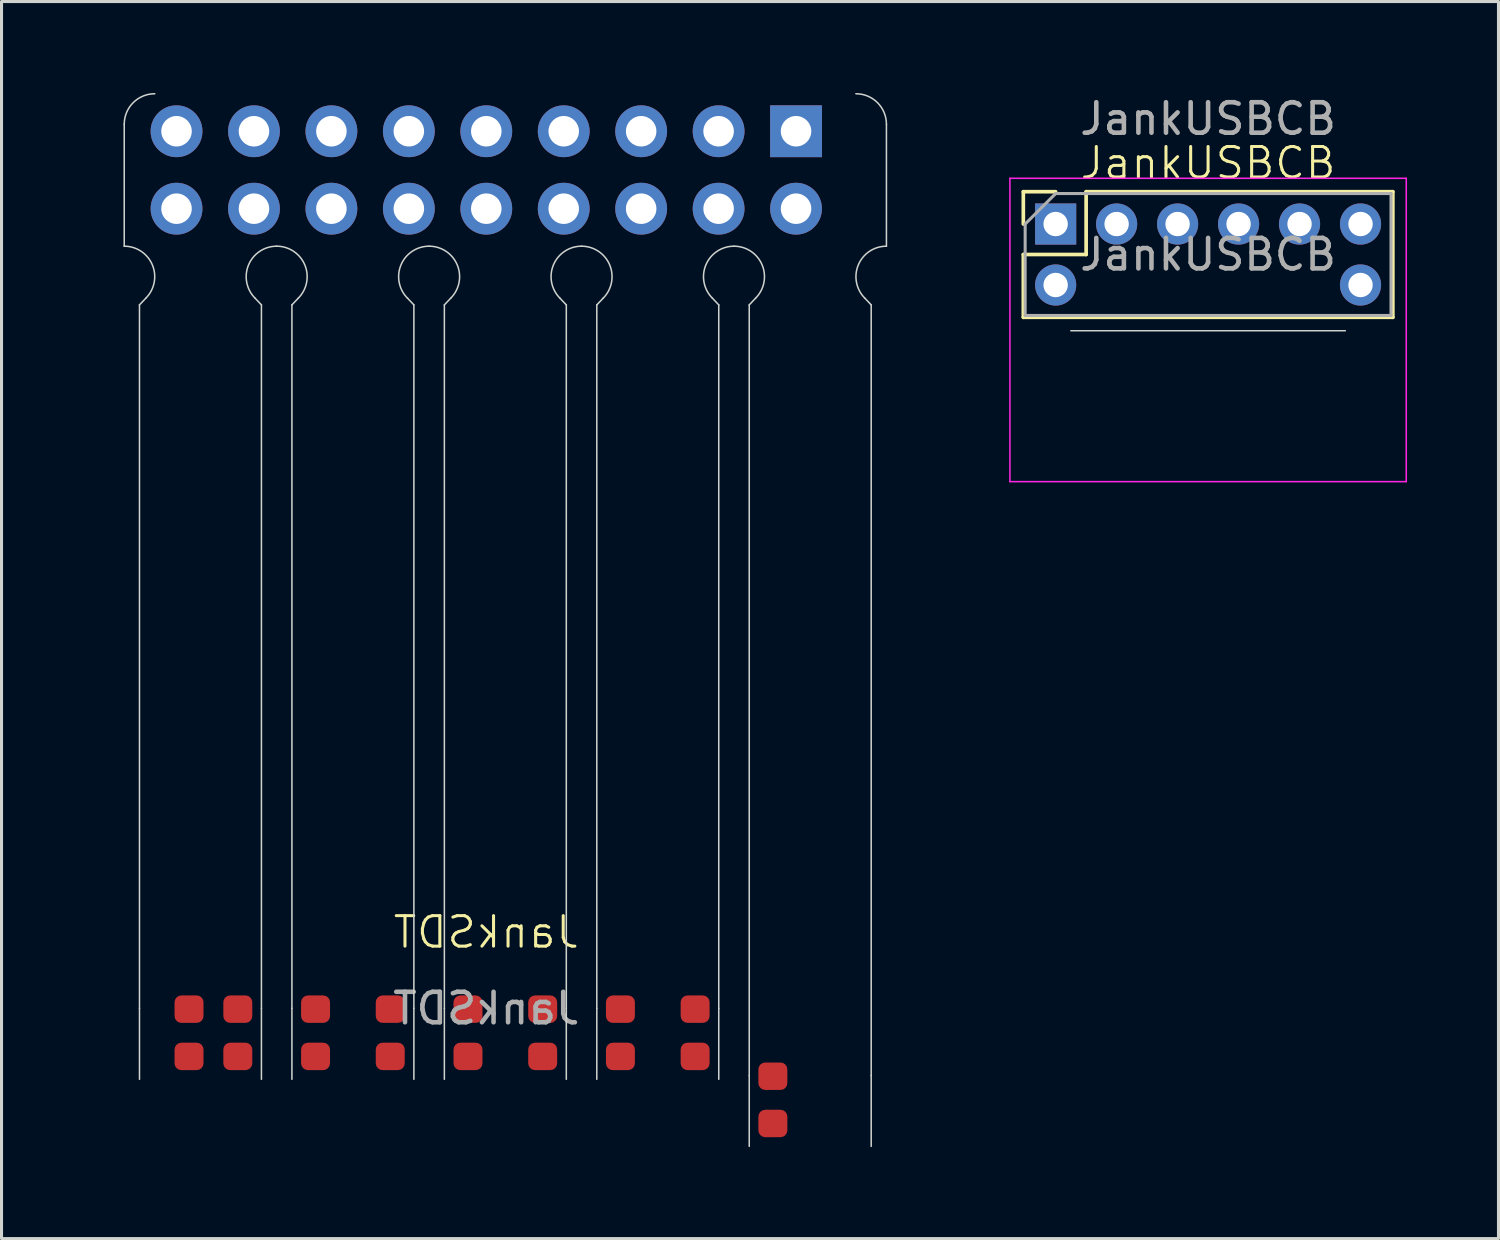
<source format=kicad_pcb>
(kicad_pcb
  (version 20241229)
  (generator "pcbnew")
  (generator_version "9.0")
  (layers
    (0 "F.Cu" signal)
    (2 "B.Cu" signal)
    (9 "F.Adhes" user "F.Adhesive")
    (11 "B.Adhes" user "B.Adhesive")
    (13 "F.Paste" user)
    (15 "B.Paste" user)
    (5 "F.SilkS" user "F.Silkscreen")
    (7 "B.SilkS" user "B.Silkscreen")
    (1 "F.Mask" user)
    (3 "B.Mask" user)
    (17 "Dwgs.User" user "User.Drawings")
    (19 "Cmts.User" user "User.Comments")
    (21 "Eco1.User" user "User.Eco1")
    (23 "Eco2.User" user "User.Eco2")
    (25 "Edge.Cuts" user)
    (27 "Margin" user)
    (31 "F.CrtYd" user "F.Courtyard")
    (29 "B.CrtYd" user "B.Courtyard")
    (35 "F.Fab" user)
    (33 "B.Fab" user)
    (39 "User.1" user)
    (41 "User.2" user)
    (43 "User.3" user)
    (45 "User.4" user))
  (footprint "JankSDT"
    (layer "F.Cu")
    (at 12.9 27.525)
    (property "Reference" "JankSDT" (at 0 0 0) (unlocked yes) (layer "F.SilkS") (effects (font (size 1 1) (thickness 0.1)) (justify mirror)))
    (attr smd)
    (fp_line (start -11.875 -26.5) (end -11.875 -22.5) (stroke (width 0.05) (type default)) (layer "Edge.Cuts"))
    (fp_line (start -11.375 -20.575) (end -11.168 -20.793) (stroke (width 0.05) (type default)) (layer "Edge.Cuts"))
    (fp_line (start -11.375 2.5) (end -11.375 -20.575) (stroke (width 0.05) (type default)) (layer "Edge.Cuts"))
    (fp_line (start -11.375 2.5) (end -11.375 4.825) (stroke (width 0.05) (type default)) (layer "Edge.Cuts"))
    (fp_line (start -7.582 -20.793) (end -7.375 -20.575) (stroke (width 0.05) (type default)) (layer "Edge.Cuts"))
    (fp_line (start -7.375 -20.575) (end -7.375 2.5) (stroke (width 0.05) (type default)) (layer "Edge.Cuts"))
    (fp_line (start -7.375 2.5) (end -7.375 4.825) (stroke (width 0.05) (type default)) (layer "Edge.Cuts"))
    (fp_line (start -6.375 -20.575) (end -6.168 -20.793) (stroke (width 0.05) (type default)) (layer "Edge.Cuts"))
    (fp_line (start -6.375 2.5) (end -6.375 -20.575) (stroke (width 0.05) (type default)) (layer "Edge.Cuts"))
    (fp_line (start -6.375 2.5) (end -6.375 4.825) (stroke (width 0.05) (type default)) (layer "Edge.Cuts"))
    (fp_line (start -2.582 -20.793) (end -2.375 -20.575) (stroke (width 0.05) (type default)) (layer "Edge.Cuts"))
    (fp_line (start -2.375 -20.575) (end -2.375 2.5) (stroke (width 0.05) (type default)) (layer "Edge.Cuts"))
    (fp_line (start -2.375 2.5) (end -2.375 4.825) (stroke (width 0.05) (type default)) (layer "Edge.Cuts"))
    (fp_line (start -1.375 -20.575) (end -1.168 -20.793) (stroke (width 0.05) (type default)) (layer "Edge.Cuts"))
    (fp_line (start -1.375 2.5) (end -1.375 -20.575) (stroke (width 0.05) (type default)) (layer "Edge.Cuts"))
    (fp_line (start -1.375 2.5) (end -1.375 4.825) (stroke (width 0.05) (type default)) (layer "Edge.Cuts"))
    (fp_line (start 2.418 -20.793) (end 2.625 -20.575) (stroke (width 0.05) (type default)) (layer "Edge.Cuts"))
    (fp_line (start 2.625 -20.575) (end 2.625 2.5) (stroke (width 0.05) (type default)) (layer "Edge.Cuts"))
    (fp_line (start 2.625 2.5) (end 2.625 4.825) (stroke (width 0.05) (type default)) (layer "Edge.Cuts"))
    (fp_line (start 3.625 -20.575) (end 3.832 -20.793) (stroke (width 0.05) (type default)) (layer "Edge.Cuts"))
    (fp_line (start 3.625 2.5) (end 3.625 -20.575) (stroke (width 0.05) (type default)) (layer "Edge.Cuts"))
    (fp_line (start 3.625 2.5) (end 3.625 4.825) (stroke (width 0.05) (type default)) (layer "Edge.Cuts"))
    (fp_line (start 7.418 -20.793) (end 7.625 -20.575) (stroke (width 0.05) (type default)) (layer "Edge.Cuts"))
    (fp_line (start 7.625 -20.575) (end 7.625 2.5) (stroke (width 0.05) (type default)) (layer "Edge.Cuts"))
    (fp_line (start 7.625 2.5) (end 7.625 4.825) (stroke (width 0.05) (type default)) (layer "Edge.Cuts"))
    (fp_line (start 8.625 -20.575) (end 8.832 -20.793) (stroke (width 0.05) (type default)) (layer "Edge.Cuts"))
    (fp_line (start 8.625 4.7) (end 8.625 -20.575) (stroke (width 0.05) (type default)) (layer "Edge.Cuts"))
    (fp_line (start 8.625 4.7) (end 8.625 7.025) (stroke (width 0.05) (type default)) (layer "Edge.Cuts"))
    (fp_line (start 12.418 -20.793) (end 12.625 -20.575) (stroke (width 0.05) (type default)) (layer "Edge.Cuts"))
    (fp_line (start 12.625 -20.575) (end 12.625 4.7) (stroke (width 0.05) (type default)) (layer "Edge.Cuts"))
    (fp_line (start 12.625 4.7) (end 12.625 7.025) (stroke (width 0.05) (type default)) (layer "Edge.Cuts"))
    (fp_line (start 13.125 -26.5) (end 13.125 -22.5) (stroke (width 0.05) (type default)) (layer "Edge.Cuts"))
    (fp_arc (start -11.875 -26.5) (mid -11.582107 -27.207107) (end -10.875 -27.5) (stroke (width 0.05) (type default)) (layer "Edge.Cuts"))
    (fp_arc (start -11.875 -22.5) (mid -10.95112 -21.882683) (end -11.167893 -20.792893) (stroke (width 0.05) (type default)) (layer "Edge.Cuts"))
    (fp_arc (start -7.582107 -20.792893) (mid -7.79888 -21.882684) (end -6.875 -22.5) (stroke (width 0.05) (type default)) (layer "Edge.Cuts"))
    (fp_arc (start -6.875 -22.5) (mid -5.95112 -21.882683) (end -6.167893 -20.792893) (stroke (width 0.05) (type default)) (layer "Edge.Cuts"))
    (fp_arc (start -2.582107 -20.792893) (mid -2.79888 -21.882684) (end -1.875 -22.5) (stroke (width 0.05) (type default)) (layer "Edge.Cuts"))
    (fp_arc (start -1.875 -22.5) (mid -0.95112 -21.882683) (end -1.167893 -20.792893) (stroke (width 0.05) (type default)) (layer "Edge.Cuts"))
    (fp_arc (start 2.417893 -20.792893) (mid 2.20112 -21.882684) (end 3.125 -22.5) (stroke (width 0.05) (type default)) (layer "Edge.Cuts"))
    (fp_arc (start 3.125 -22.5) (mid 4.04888 -21.882684) (end 3.832107 -20.792893) (stroke (width 0.05) (type default)) (layer "Edge.Cuts"))
    (fp_arc (start 7.417893 -20.792893) (mid 7.20112 -21.882684) (end 8.125 -22.5) (stroke (width 0.05) (type default)) (layer "Edge.Cuts"))
    (fp_arc (start 8.125 -22.5) (mid 9.04888 -21.882684) (end 8.832107 -20.792893) (stroke (width 0.05) (type default)) (layer "Edge.Cuts"))
    (fp_arc (start 12.125 -27.5) (mid 12.832107 -27.207107) (end 13.125 -26.5) (stroke (width 0.05) (type default)) (layer "Edge.Cuts"))
    (fp_arc (start 12.417893 -20.792893) (mid 12.20112 -21.882684) (end 13.125 -22.5) (stroke (width 0.05) (type default)) (layer "Edge.Cuts"))
    (fp_circle (center -9.75 3.3) (end -9.85 3.3) (stroke (width 0.1) (type solid)) (fill no) (layer "User.2"))
    (fp_circle (center -8.15 3.3) (end -8.25 3.3) (stroke (width 0.1) (type solid)) (fill no) (layer "User.2"))
    (fp_circle (center -5.6 3.3) (end -5.7 3.3) (stroke (width 0.1) (type solid)) (fill no) (layer "User.2"))
    (fp_circle (center -3.15 3.3) (end -3.25 3.3) (stroke (width 0.1) (type solid)) (fill no) (layer "User.2"))
    (fp_circle (center -0.6 3.3) (end -0.7 3.3) (stroke (width 0.1) (type solid)) (fill no) (layer "User.2"))
    (fp_circle (center 1.85 3.3) (end 1.75 3.3) (stroke (width 0.1) (type solid)) (fill no) (layer "User.2"))
    (fp_circle (center 4.4 3.3) (end 4.3 3.3) (stroke (width 0.1) (type solid)) (fill no) (layer "User.2"))
    (fp_circle (center 6.85 3.3) (end 6.75 3.3) (stroke (width 0.1) (type solid)) (fill no) (layer "User.2"))
    (fp_circle (center 9.4 5.5) (end 9.3 5.5) (stroke (width 0.1) (type solid)) (fill no) (layer "User.2"))
    (fp_line (start -12.582 -20.793) (end -12.375 -20.575) (stroke (width 0.05) (type default)) (layer "User.3"))
    (fp_line (start -11.875 -22.5) (end -12.375 -22.5) (stroke (width 0.05) (type default)) (layer "User.3"))
    (fp_line (start -11.375 -22.5) (end -11.875 -22.5) (stroke (width 0.05) (type default)) (layer "User.3"))
    (fp_line (start -11.375 -22.5) (end -11.375 2.5) (stroke (width 0.05) (type default)) (layer "User.3"))
    (fp_line (start -11.375 4.825) (end -7.375 4.825) (stroke (width 0.05) (type default)) (layer "User.3"))
    (fp_line (start -7.375 -22.5) (end -7.375 2.5) (stroke (width 0.05) (type default)) (layer "User.3"))
    (fp_line (start -6.875 -22.5) (end -7.375 -22.5) (stroke (width 0.05) (type default)) (layer "User.3"))
    (fp_line (start -6.375 -22.5) (end -6.875 -22.5) (stroke (width 0.05) (type default)) (layer "User.3"))
    (fp_line (start -6.375 -22.5) (end -6.375 2.5) (stroke (width 0.05) (type default)) (layer "User.3"))
    (fp_line (start -6.375 4.825) (end -2.375 4.825) (stroke (width 0.05) (type default)) (layer "User.3"))
    (fp_line (start -2.375 -22.5) (end -2.375 2.5) (stroke (width 0.05) (type default)) (layer "User.3"))
    (fp_line (start -1.875 -22.5) (end -2.375 -22.5) (stroke (width 0.05) (type default)) (layer "User.3"))
    (fp_line (start -1.375 -22.5) (end -1.875 -22.5) (stroke (width 0.05) (type default)) (layer "User.3"))
    (fp_line (start -1.375 -22.5) (end -1.375 2.5) (stroke (width 0.05) (type default)) (layer "User.3"))
    (fp_line (start -1.375 4.825) (end 2.625 4.825) (stroke (width 0.05) (type default)) (layer "User.3"))
    (fp_line (start -0.25 -0.25) (end 0 0) (stroke (width 0.1) (type default)) (layer "User.3"))
    (fp_line (start -0.25 0.25) (end 0 0) (stroke (width 0.1) (type default)) (layer "User.3"))
    (fp_line (start 0.25 -0.25) (end 0 0) (stroke (width 0.1) (type default)) (layer "User.3"))
    (fp_line (start 0.25 0.25) (end 0 0) (stroke (width 0.1) (type default)) (layer "User.3"))
    (fp_line (start 2.625 -22.5) (end 2.625 2.5) (stroke (width 0.05) (type default)) (layer "User.3"))
    (fp_line (start 3.125 -22.5) (end 2.625 -22.5) (stroke (width 0.05) (type default)) (layer "User.3"))
    (fp_line (start 3.625 -22.5) (end 3.125 -22.5) (stroke (width 0.05) (type default)) (layer "User.3"))
    (fp_line (start 3.625 -22.5) (end 3.625 2.5) (stroke (width 0.05) (type default)) (layer "User.3"))
    (fp_line (start 3.625 4.825) (end 7.625 4.825) (stroke (width 0.05) (type default)) (layer "User.3"))
    (fp_line (start 7.625 -22.5) (end 7.625 2.5) (stroke (width 0.05) (type default)) (layer "User.3"))
    (fp_line (start 8.125 -22.5) (end 7.625 -22.5) (stroke (width 0.05) (type default)) (layer "User.3"))
    (fp_line (start 8.625 -22.5) (end 8.125 -22.5) (stroke (width 0.05) (type default)) (layer "User.3"))
    (fp_line (start 8.625 -22.5) (end 8.625 4.7) (stroke (width 0.05) (type default)) (layer "User.3"))
    (fp_line (start 8.625 7.025) (end 12.625 7.025) (stroke (width 0.05) (type default)) (layer "User.3"))
    (fp_line (start 12.125 -27.5) (end -10.875 -27.5) (stroke (width 0.05) (type default)) (layer "User.3"))
    (fp_line (start 12.625 -22.5) (end 12.625 4.7) (stroke (width 0.05) (type default)) (layer "User.3"))
    (fp_line (start 13.125 -22.5) (end 12.625 -22.5) (stroke (width 0.05) (type default)) (layer "User.3"))
    (fp_line (start 13.625 -22.5) (end 13.125 -22.5) (stroke (width 0.05) (type default)) (layer "User.3"))
    (fp_line (start 13.625 -20.575) (end 13.832 -20.793) (stroke (width 0.05) (type default)) (layer "User.3"))
    (fp_arc (start -12.582107 -20.792893) (mid -12.79888 -21.882684) (end -11.875 -22.5) (stroke (width 0.05) (type default)) (layer "User.3"))
    (fp_arc (start 13.125 -22.5) (mid 14.048879 -21.882683) (end 13.832107 -20.792893) (stroke (width 0.05) (type default)) (layer "User.3"))
    (fp_text user "${REFERENCE}" (at 0 2.5 0) (unlocked yes) (layer "F.Fab") (effects (font (size 1 1) (thickness 0.15)) (justify mirror)))
    (pad "1" smd roundrect (at 6.85 2.525 90) (size 0.9 0.95) (layers "F.Cu" "F.Mask" "F.Paste") (roundrect_rratio 0.25))
    (pad "1" smd roundrect (at 6.85 4.075 90) (size 0.9 0.95) (layers "F.Cu" "F.Mask" "F.Paste") (roundrect_rratio 0.25))
    (pad "1" thru_hole oval (at 7.62 -26.27 270) (size 1.7 1.7) (drill 1) (layers "*.Cu" "*.Mask"))
    (pad "1" thru_hole oval (at 7.62 -23.73 270) (size 1.7 1.7) (drill 1) (layers "*.Cu" "*.Mask"))
    (pad "2" smd roundrect (at 4.4 2.525 90) (size 0.9 0.95) (layers "F.Cu" "F.Mask" "F.Paste") (roundrect_rratio 0.25))
    (pad "2" smd roundrect (at 4.4 4.075 90) (size 0.9 0.95) (layers "F.Cu" "F.Mask" "F.Paste") (roundrect_rratio 0.25))
    (pad "2" thru_hole oval (at 5.08 -26.27 270) (size 1.7 1.7) (drill 1) (layers "*.Cu" "*.Mask"))
    (pad "2" thru_hole oval (at 5.08 -23.73 270) (size 1.7 1.7) (drill 1) (layers "*.Cu" "*.Mask"))
    (pad "3" smd roundrect (at 1.85 2.525 90) (size 0.9 0.95) (layers "F.Cu" "F.Mask" "F.Paste") (roundrect_rratio 0.25))
    (pad "3" smd roundrect (at 1.85 4.075 90) (size 0.9 0.95) (layers "F.Cu" "F.Mask" "F.Paste") (roundrect_rratio 0.25))
    (pad "3" thru_hole oval (at 2.54 -26.27 270) (size 1.7 1.7) (drill 1) (layers "*.Cu" "*.Mask"))
    (pad "3" thru_hole oval (at 2.54 -23.73 270) (size 1.7 1.7) (drill 1) (layers "*.Cu" "*.Mask"))
    (pad "4" smd roundrect (at -0.6 2.525 90) (size 0.9 0.95) (layers "F.Cu" "F.Mask" "F.Paste") (roundrect_rratio 0.25))
    (pad "4" smd roundrect (at -0.6 4.075 90) (size 0.9 0.95) (layers "F.Cu" "F.Mask" "F.Paste") (roundrect_rratio 0.25))
    (pad "4" thru_hole oval (at 0 -26.27 270) (size 1.7 1.7) (drill 1) (layers "*.Cu" "*.Mask"))
    (pad "4" thru_hole oval (at 0 -23.73 270) (size 1.7 1.7) (drill 1) (layers "*.Cu" "*.Mask"))
    (pad "5" smd roundrect (at -3.15 2.525 90) (size 0.9 0.95) (layers "F.Cu" "F.Mask" "F.Paste") (roundrect_rratio 0.25))
    (pad "5" smd roundrect (at -3.15 4.075 90) (size 0.9 0.95) (layers "F.Cu" "F.Mask" "F.Paste") (roundrect_rratio 0.25))
    (pad "5" thru_hole oval (at -2.54 -26.27 270) (size 1.7 1.7) (drill 1) (layers "*.Cu" "*.Mask"))
    (pad "5" thru_hole oval (at -2.54 -23.73 270) (size 1.7 1.7) (drill 1) (layers "*.Cu" "*.Mask"))
    (pad "6" smd roundrect (at -5.6 2.525 90) (size 0.9 0.95) (layers "F.Cu" "F.Mask" "F.Paste") (roundrect_rratio 0.25))
    (pad "6" smd roundrect (at -5.6 4.075 90) (size 0.9 0.95) (layers "F.Cu" "F.Mask" "F.Paste") (roundrect_rratio 0.25))
    (pad "6" thru_hole oval (at -5.08 -26.27 270) (size 1.7 1.7) (drill 1) (layers "*.Cu" "*.Mask"))
    (pad "6" thru_hole oval (at -5.08 -23.73 270) (size 1.7 1.7) (drill 1) (layers "*.Cu" "*.Mask"))
    (pad "7" smd roundrect (at -8.15 2.525 90) (size 0.9 0.95) (layers "F.Cu" "F.Mask" "F.Paste") (roundrect_rratio 0.25))
    (pad "7" smd roundrect (at -8.15 4.075 90) (size 0.9 0.95) (layers "F.Cu" "F.Mask" "F.Paste") (roundrect_rratio 0.25))
    (pad "7" thru_hole oval (at -7.62 -26.27 270) (size 1.7 1.7) (drill 1) (layers "*.Cu" "*.Mask"))
    (pad "7" thru_hole oval (at -7.62 -23.73 270) (size 1.7 1.7) (drill 1) (layers "*.Cu" "*.Mask"))
    (pad "8" thru_hole oval (at -10.16 -26.27 270) (size 1.7 1.7) (drill 1) (layers "*.Cu" "*.Mask"))
    (pad "8" thru_hole oval (at -10.16 -23.73 270) (size 1.7 1.7) (drill 1) (layers "*.Cu" "*.Mask"))
    (pad "8" smd roundrect (at -9.75 2.525 90) (size 0.9 0.95) (layers "F.Cu" "F.Mask" "F.Paste") (roundrect_rratio 0.25))
    (pad "8" smd roundrect (at -9.75 4.075 90) (size 0.9 0.95) (layers "F.Cu" "F.Mask" "F.Paste") (roundrect_rratio 0.25))
    (pad "9" smd roundrect (at 9.4 4.725 90) (size 0.9 0.95) (layers "F.Cu" "F.Mask" "F.Paste") (roundrect_rratio 0.25))
    (pad "9" smd roundrect (at 9.4 6.275 90) (size 0.9 0.95) (layers "F.Cu" "F.Mask" "F.Paste") (roundrect_rratio 0.25))
    (pad "9" thru_hole rect (at 10.16 -26.27 270) (size 1.7 1.7) (drill 1) (layers "*.Cu" "*.Mask"))
    (pad "9" thru_hole oval (at 10.16 -23.73 270) (size 1.7 1.7) (drill 1) (layers "*.Cu" "*.Mask")))
  (footprint "JankUSBCB"
    (layer "F.Cu")
    (at 36.575 7.798)
    (property "Reference" "JankUSBCB" (at 0 -5.5 0) (unlocked yes) (layer "F.SilkS") (effects (font (size 1 1) (thickness 0.1))))
    (attr smd)
    (fp_line (start -6.06 -4.56) (end -5 -4.56) (stroke (width 0.12) (type solid)) (layer "F.SilkS"))
    (fp_line (start -6.06 -3.5) (end -6.06 -4.56) (stroke (width 0.12) (type solid)) (layer "F.SilkS"))
    (fp_line (start -6.06 -2.5) (end -4 -2.5) (stroke (width 0.12) (type solid)) (layer "F.SilkS"))
    (fp_line (start -6.06 -0.44) (end -6.06 -2.5) (stroke (width 0.12) (type solid)) (layer "F.SilkS"))
    (fp_line (start -6.06 -0.44) (end 6.06 -0.44) (stroke (width 0.12) (type solid)) (layer "F.SilkS"))
    (fp_line (start -4 -4.56) (end 6.06 -4.56) (stroke (width 0.12) (type solid)) (layer "F.SilkS"))
    (fp_line (start -4 -2.5) (end -4 -4.56) (stroke (width 0.12) (type solid)) (layer "F.SilkS"))
    (fp_line (start 6.06 -0.44) (end 6.06 -4.56) (stroke (width 0.12) (type solid)) (layer "F.SilkS"))
    (fp_line (start -4.5 0) (end 4.5 0) (stroke (width 0.05) (type default)) (layer "Edge.Cuts"))
    (fp_line (start -6.5 -5) (end 6.5 -5) (stroke (width 0.05) (type solid)) (layer "F.CrtYd"))
    (fp_line (start -6.5 4.95) (end -6.5 -5) (stroke (width 0.05) (type solid)) (layer "F.CrtYd"))
    (fp_line (start 6.5 -5) (end 6.5 4.95) (stroke (width 0.05) (type solid)) (layer "F.CrtYd"))
    (fp_line (start 6.5 4.95) (end -6.5 4.95) (stroke (width 0.05) (type solid)) (layer "F.CrtYd"))
    (fp_line (start -6 -3.5) (end -5 -4.5) (stroke (width 0.1) (type solid)) (layer "F.Fab"))
    (fp_line (start -6 -0.5) (end -6 -3.5) (stroke (width 0.1) (type solid)) (layer "F.Fab"))
    (fp_line (start -5 -4.5) (end 6 -4.5) (stroke (width 0.1) (type solid)) (layer "F.Fab"))
    (fp_line (start 6 -4.5) (end 6 -0.5) (stroke (width 0.1) (type solid)) (layer "F.Fab"))
    (fp_line (start 6 -0.5) (end -6 -0.5) (stroke (width 0.1) (type solid)) (layer "F.Fab"))
    (fp_line (start -3.345 4.45) (end -3.345 0) (stroke (width 0.1) (type default)) (layer "User.2"))
    (fp_line (start 3.345 4.45) (end -3.345 4.45) (stroke (width 0.1) (type default)) (layer "User.2"))
    (fp_line (start 3.345 4.45) (end 3.345 0) (stroke (width 0.1) (type default)) (layer "User.2"))
    (fp_text user "${REFERENCE}" (at 0 -2.5 180) (layer "F.Fab") (effects (font (size 1 1) (thickness 0.15))))
    (fp_text user "${REFERENCE}" (at 0 -6.95 0) (unlocked yes) (layer "F.Fab") (effects (font (size 1 1) (thickness 0.15))))
    (pad "1" thru_hole rect (at -5 -3.5 90) (size 1.35 1.35) (drill 0.8) (layers "*.Cu" "*.Mask"))
    (pad "1" thru_hole oval (at -5 -1.5 90) (size 1.35 1.35) (drill 0.8) (layers "*.Cu" "*.Mask"))
    (pad "2" thru_hole oval (at -3 -3.5 90) (size 1.35 1.35) (drill 0.8) (layers "*.Cu" "*.Mask"))
    (pad "3" thru_hole oval (at -1 -3.5 90) (size 1.35 1.35) (drill 0.8) (layers "*.Cu" "*.Mask"))
    (pad "4" thru_hole oval (at 1 -3.5 90) (size 1.35 1.35) (drill 0.8) (layers "*.Cu" "*.Mask"))
    (pad "5" thru_hole oval (at 3 -3.5 90) (size 1.35 1.35) (drill 0.8) (layers "*.Cu" "*.Mask"))
    (pad "6" thru_hole oval (at 5 -3.5 90) (size 1.35 1.35) (drill 0.8) (layers "*.Cu" "*.Mask"))
    (pad "6" thru_hole oval (at 5 -1.5 90) (size 1.35 1.35) (drill 0.8) (layers "*.Cu" "*.Mask"))
    (zone (net_name "") (layer "F.Cu") (hatch edge 0.5) (connect_pads) (min_thickness 0.25) (filled_areas_thickness no) (keepout (tracks not_allowed) (vias not_allowed) (pads not_allowed) (copperpour not_allowed) (footprints allowed)) (placement (enabled no)) (fill) (polygon (pts (xy 32.325 4.548) (xy 32.825 4.548) (xy 33.325 5.048) (xy 33.825 5.048) (xy 34.325 4.548) (xy 34.825 4.548) (xy 35.325 5.048) (xy 35.825 5.048) (xy 36.325 4.548) (xy 36.825 4.548) (xy 37.325 5.048) (xy 37.825 5.048) (xy 38.325 4.548) (xy 38.825 4.548) (xy 39.325 5.048) (xy 39.825 5.048) (xy 40.325 4.548) (xy 40.825 4.548) (xy 41.075 5.048) (xy 41.075 5.548) (xy 40.825 6.298) (xy 40.825 7.798) (xy 32.325 7.798) (xy 32.325 6.298) (xy 32.075 5.548) (xy 32.075 5.048) (xy 32.325 5.048)))))
  (gr_rect
    (start -3 -3)
    (end 46.1 37.575)
    (stroke (width 0.1) (type default))
    (fill no)
    (layer "Edge.Cuts")))
</source>
